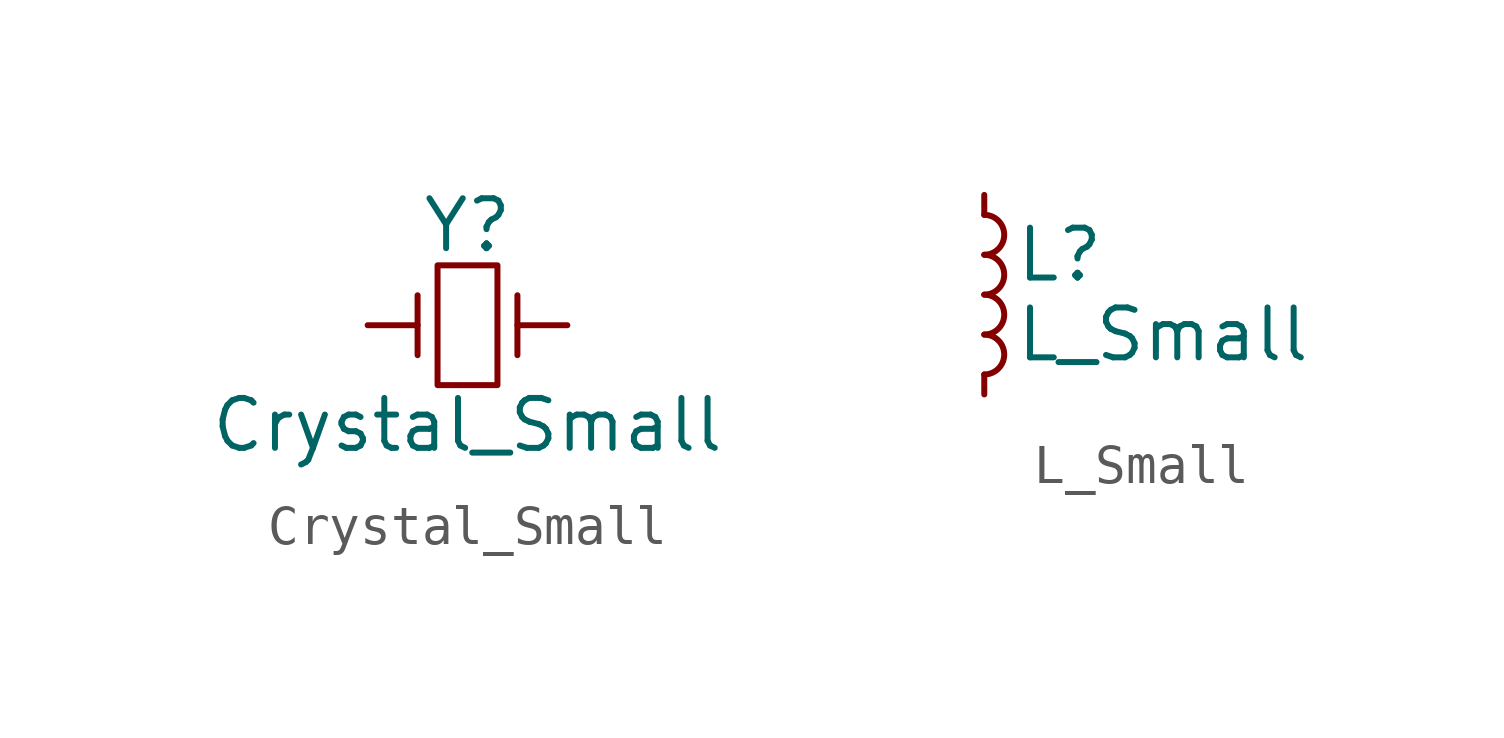
<source format=kicad_sym>
(kicad_symbol_lib
  (version 20211014)
  (generator kicad_symbol_editor)
  (symbol "Crystal_Small"
    (pin_numbers hide)
    (pin_names
      (offset 1.016) hide)
    (property "Reference" "Y"
      (at 0 2.54 0)
      (effects (font (size 1.27 1.27))))
    (property "Value" "Crystal_Small"
      (at 0 -2.54 0)
      (effects (font (size 1.27 1.27))))
    (property "Footprint" ""
      (at 0 0 0)
      (effects (font (size 1.27 1.27))))
    (property "Datasheet" ""
      (at 0 0 0)
      (effects (font (size 1.27 1.27))))
    (symbol "Crystal_Small_0_1"
      (rectangle (start -0.762 -1.524) (end 0.762 1.524) (stroke (width 0) (type default) (color 0 0 0 0)) (fill (type none)))
      (polyline (pts (xy -1.27 -0.762) (xy -1.27 0.762)) (stroke (width 0) (type default) (color 0 0 0 0)) (fill (type none)))
      (polyline (pts (xy 1.27 -0.762) (xy 1.27 0.762)) (stroke (width 0) (type default) (color 0 0 0 0)) (fill (type none))))
    (symbol "Crystal_Small_1_1"
      (pin passive line (at -2.54 0 0) (length 1.27) (name "1" (effects (font (size 1.016 1.016)))) (number "1" (effects (font (size 1.016 1.016)))))
      (pin passive line (at 2.54 0 180) (length 1.27) (name "2" (effects (font (size 1.016 1.016)))) (number "2" (effects (font (size 1.016 1.016)))))))
  (symbol "L_Small"
    (pin_numbers hide)
    (pin_names
      (offset 0.254) hide)
    (property "Reference" "L"
      (at 0.762 1.016 0)
      (effects (font (size 1.27 1.27)) (justify left)))
    (property "Value" "L_Small"
      (at 0.762 -1.016 0)
      (effects (font (size 1.27 1.27)) (justify left)))
    (property "Footprint" ""
      (at 0 0 0)
      (effects (font (size 1.27 1.27))))
    (property "Datasheet" ""
      (at 0 0 0)
      (effects (font (size 1.27 1.27))))
    (symbol "L_Small_0_1"
      (arc (start 0 -2.032) (mid 0.508 -1.524) (end 0 -1.016) (stroke (width 0) (type default) (color 0 0 0 0)) (fill (type none)))
      (arc (start 0 -1.016) (mid 0.508 -0.508) (end 0 0) (stroke (width 0) (type default) (color 0 0 0 0)) (fill (type none)))
      (arc (start 0 0) (mid 0.508 0.508) (end 0 1.016) (stroke (width 0) (type default) (color 0 0 0 0)) (fill (type none)))
      (arc (start 0 1.016) (mid 0.508 1.524) (end 0 2.032) (stroke (width 0) (type default) (color 0 0 0 0)) (fill (type none))))
    (symbol "L_Small_1_1"
      (pin passive line (at 0 2.54 270) (length 0.508) (name "~" (effects (font (size 1.016 1.016)))) (number "1" (effects (font (size 1.016 1.016)))))
      (pin passive line (at 0 -2.54 90) (length 0.508) (name "~" (effects (font (size 1.016 1.016)))) (number "2" (effects (font (size 1.016 1.016))))))))
</source>
